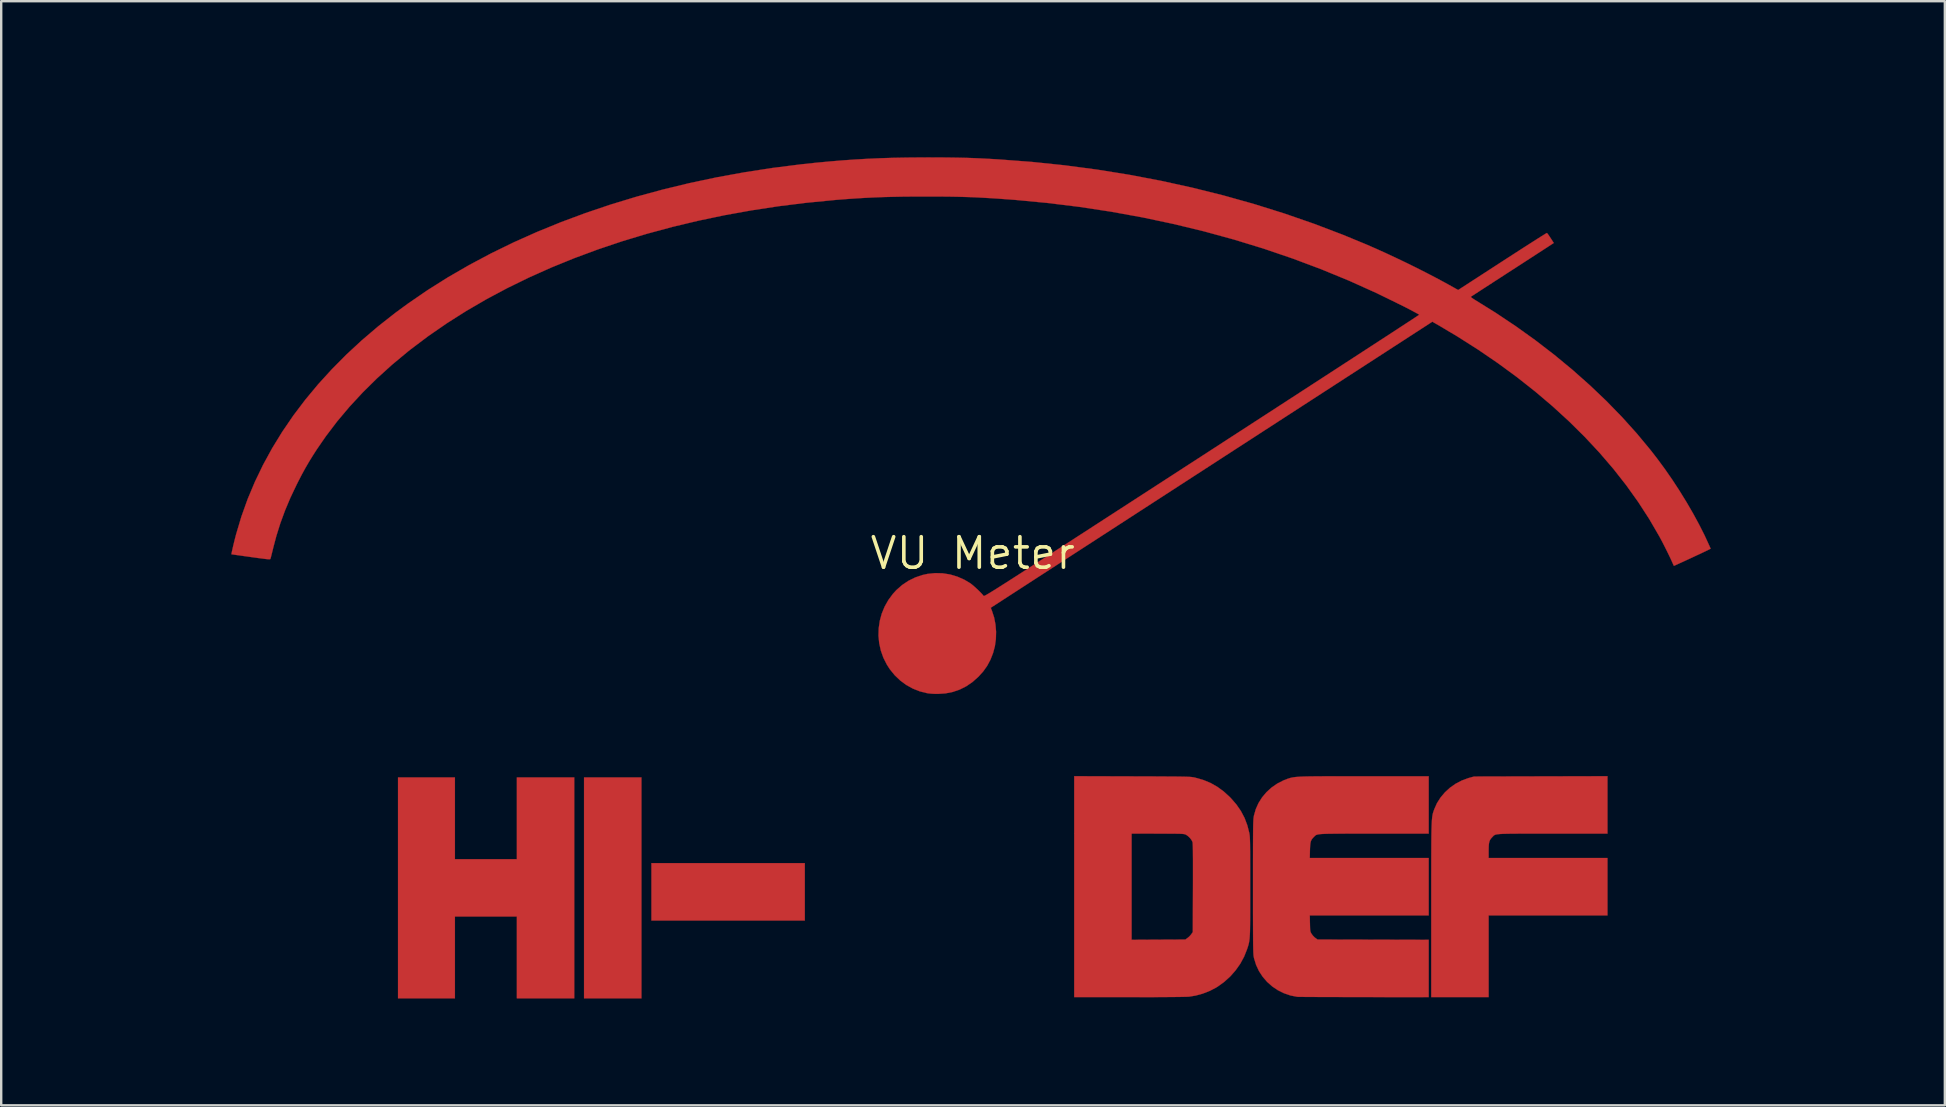
<source format=kicad_pcb>
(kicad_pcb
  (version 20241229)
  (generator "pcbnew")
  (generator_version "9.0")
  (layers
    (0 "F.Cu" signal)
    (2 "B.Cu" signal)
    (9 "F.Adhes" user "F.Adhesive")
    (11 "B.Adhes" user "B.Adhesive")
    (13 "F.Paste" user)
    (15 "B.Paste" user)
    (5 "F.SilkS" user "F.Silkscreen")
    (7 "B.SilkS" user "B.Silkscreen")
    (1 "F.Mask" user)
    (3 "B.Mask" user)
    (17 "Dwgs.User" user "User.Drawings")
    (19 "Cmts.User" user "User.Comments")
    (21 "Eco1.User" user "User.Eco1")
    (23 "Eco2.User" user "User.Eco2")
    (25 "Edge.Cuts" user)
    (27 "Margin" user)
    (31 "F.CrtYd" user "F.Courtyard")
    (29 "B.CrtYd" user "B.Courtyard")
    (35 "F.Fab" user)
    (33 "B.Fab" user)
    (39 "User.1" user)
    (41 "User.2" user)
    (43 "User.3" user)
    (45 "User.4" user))
  (footprint "VU Meter"
    (layer "F.Cu")
    (at 37.491 20.008)
    (property "Reference" "VU Meter" (at 0 0 0) (layer "F.SilkS") (effects (font (size 1.27 1.27) (thickness 0.15))))
    (attr through_hole)
    (fp_poly (pts (xy -13.808 18.549) (xy -16.2 18.549) (xy -16.2 9.342) (xy -13.808 9.342) (xy -13.808 18.549)) (stroke (width 0.01) (type solid)) (fill yes) (layer "F.Cu"))
    (fp_poly (pts (xy -7 15.306) (xy -13.392 15.306) (xy -13.392 12.914) (xy -7 12.914) (xy -7 15.306)) (stroke (width 0.01) (type solid)) (fill yes) (layer "F.Cu"))
    (fp_poly (pts (xy -21.582 12.749) (xy -19 12.749) (xy -19 9.342) (xy -16.608 9.342) (xy -16.608 18.549) (xy -19 18.549) (xy -19 15.141) (xy -21.582 15.141) (xy -21.582 18.549) (xy -23.953 18.549) (xy -23.953 9.342) (xy -21.582 9.342) (xy -21.582 12.749)) (stroke (width 0.01) (type solid)) (fill yes) (layer "F.Cu"))
    (fp_poly (pts (xy 26.453 11.684) (xy 24.165 11.684) (xy 23.798 11.684) (xy 23.471 11.684) (xy 23.181 11.684) (xy 22.926 11.684) (xy 22.704 11.685) (xy 22.512 11.686) (xy 22.348 11.688) (xy 22.21 11.691) (xy 22.094 11.694) (xy 21.999 11.699) (xy 21.922 11.705) (xy 21.861 11.712) (xy 21.813 11.721) (xy 21.776 11.731) (xy 21.747 11.744) (xy 21.725 11.758) (xy 21.705 11.774) (xy 21.688 11.792) (xy 21.669 11.813) (xy 21.653 11.829) (xy 21.598 11.889) (xy 21.558 11.949) (xy 21.531 12.016) (xy 21.513 12.099) (xy 21.504 12.206) (xy 21.501 12.345) (xy 21.5 12.388) (xy 21.5 12.7) (xy 26.453 12.7) (xy 26.453 15.092) (xy 21.5 15.092) (xy 21.5 18.5) (xy 19.108 18.5) (xy 19.108 14.875) (xy 19.108 14.401) (xy 19.108 13.968) (xy 19.108 13.573) (xy 19.109 13.214) (xy 19.109 12.89) (xy 19.11 12.598) (xy 19.111 12.337) (xy 19.112 12.105) (xy 19.114 11.899) (xy 19.116 11.718) (xy 19.119 11.559) (xy 19.123 11.421) (xy 19.127 11.302) (xy 19.132 11.2) (xy 19.137 11.113) (xy 19.144 11.038) (xy 19.151 10.975) (xy 19.159 10.92) (xy 19.169 10.872) (xy 19.179 10.83) (xy 19.191 10.79) (xy 19.204 10.752) (xy 19.218 10.712) (xy 19.233 10.67) (xy 19.235 10.665) (xy 19.348 10.412) (xy 19.498 10.177) (xy 19.68 9.961) (xy 19.891 9.769) (xy 20.126 9.604) (xy 20.383 9.47) (xy 20.655 9.37) (xy 20.688 9.361) (xy 20.897 9.304) (xy 26.453 9.291) (xy 26.453 11.684)) (stroke (width 0.01) (type solid)) (fill yes) (layer "F.Cu"))
    (fp_poly (pts (xy 6.646 9.298) (xy 7.018 9.299) (xy 7.349 9.3) (xy 7.643 9.301) (xy 7.902 9.302) (xy 8.129 9.304) (xy 8.325 9.305) (xy 8.495 9.306) (xy 8.639 9.308) (xy 8.761 9.31) (xy 8.863 9.312) (xy 8.948 9.315) (xy 9.017 9.318) (xy 9.074 9.322) (xy 9.121 9.326) (xy 9.16 9.331) (xy 9.194 9.336) (xy 9.226 9.342) (xy 9.257 9.349) (xy 9.27 9.352) (xy 9.597 9.445) (xy 9.901 9.569) (xy 10.185 9.728) (xy 10.454 9.924) (xy 10.712 10.159) (xy 10.759 10.207) (xy 10.987 10.469) (xy 11.176 10.743) (xy 11.327 11.03) (xy 11.443 11.337) (xy 11.524 11.653) (xy 11.53 11.687) (xy 11.536 11.723) (xy 11.541 11.765) (xy 11.545 11.815) (xy 11.549 11.875) (xy 11.552 11.949) (xy 11.555 12.038) (xy 11.557 12.147) (xy 11.558 12.277) (xy 11.56 12.431) (xy 11.561 12.612) (xy 11.561 12.823) (xy 11.562 13.066) (xy 11.562 13.343) (xy 11.562 13.659) (xy 11.562 13.907) (xy 11.562 14.259) (xy 11.562 14.572) (xy 11.562 14.847) (xy 11.561 15.089) (xy 11.56 15.3) (xy 11.558 15.483) (xy 11.556 15.64) (xy 11.553 15.774) (xy 11.548 15.888) (xy 11.542 15.986) (xy 11.536 16.069) (xy 11.527 16.14) (xy 11.517 16.203) (xy 11.505 16.26) (xy 11.492 16.314) (xy 11.476 16.368) (xy 11.458 16.424) (xy 11.438 16.486) (xy 11.433 16.5) (xy 11.311 16.807) (xy 11.152 17.102) (xy 10.957 17.379) (xy 10.732 17.635) (xy 10.479 17.864) (xy 10.203 18.063) (xy 10.131 18.107) (xy 9.869 18.242) (xy 9.584 18.353) (xy 9.288 18.434) (xy 9.022 18.478) (xy 8.969 18.482) (xy 8.875 18.485) (xy 8.742 18.488) (xy 8.572 18.491) (xy 8.366 18.493) (xy 8.126 18.495) (xy 7.854 18.497) (xy 7.552 18.498) (xy 7.221 18.499) (xy 6.863 18.5) (xy 6.53 18.5) (xy 4.228 18.5) (xy 4.228 16.109) (xy 6.62 16.109) (xy 7.74 16.103) (xy 8.86 16.098) (xy 8.951 16.033) (xy 9.021 15.975) (xy 9.087 15.903) (xy 9.106 15.878) (xy 9.17 15.787) (xy 9.177 13.953) (xy 9.178 13.595) (xy 9.178 13.278) (xy 9.178 13) (xy 9.178 12.761) (xy 9.176 12.558) (xy 9.175 12.39) (xy 9.172 12.257) (xy 9.169 12.155) (xy 9.165 12.085) (xy 9.161 12.044) (xy 9.159 12.037) (xy 9.121 11.957) (xy 9.057 11.871) (xy 8.977 11.793) (xy 8.895 11.734) (xy 8.874 11.724) (xy 8.853 11.715) (xy 8.827 11.708) (xy 8.794 11.702) (xy 8.75 11.697) (xy 8.69 11.693) (xy 8.612 11.69) (xy 8.511 11.688) (xy 8.384 11.687) (xy 8.227 11.686) (xy 8.037 11.685) (xy 7.81 11.685) (xy 7.705 11.685) (xy 6.62 11.684) (xy 6.62 16.109) (xy 4.228 16.109) (xy 4.228 9.291) (xy 6.646 9.298)) (stroke (width 0.01) (type solid)) (fill yes) (layer "F.Cu"))
    (fp_poly (pts (xy 19.002 11.684) (xy 16.726 11.684) (xy 16.359 11.684) (xy 16.033 11.684) (xy 15.743 11.684) (xy 15.489 11.685) (xy 15.267 11.685) (xy 15.076 11.687) (xy 14.912 11.689) (xy 14.773 11.691) (xy 14.658 11.695) (xy 14.563 11.699) (xy 14.486 11.705) (xy 14.425 11.712) (xy 14.377 11.721) (xy 14.34 11.731) (xy 14.311 11.742) (xy 14.289 11.756) (xy 14.269 11.771) (xy 14.251 11.789) (xy 14.232 11.808) (xy 14.222 11.818) (xy 14.165 11.877) (xy 14.123 11.934) (xy 14.093 11.998) (xy 14.074 12.076) (xy 14.062 12.177) (xy 14.055 12.308) (xy 14.053 12.378) (xy 14.046 12.7) (xy 19.002 12.7) (xy 19.002 15.092) (xy 14.046 15.092) (xy 14.053 15.427) (xy 14.056 15.554) (xy 14.059 15.646) (xy 14.064 15.712) (xy 14.073 15.76) (xy 14.086 15.798) (xy 14.105 15.834) (xy 14.124 15.866) (xy 14.179 15.939) (xy 14.246 16.007) (xy 14.279 16.033) (xy 14.37 16.098) (xy 16.686 16.103) (xy 19.002 16.109) (xy 19.002 18.5) (xy 16.298 18.497) (xy 15.962 18.496) (xy 15.637 18.496) (xy 15.326 18.495) (xy 15.031 18.494) (xy 14.755 18.494) (xy 14.5 18.493) (xy 14.269 18.492) (xy 14.065 18.491) (xy 13.889 18.49) (xy 13.746 18.489) (xy 13.637 18.488) (xy 13.564 18.487) (xy 13.532 18.486) (xy 13.531 18.486) (xy 13.242 18.43) (xy 12.968 18.336) (xy 12.713 18.209) (xy 12.478 18.05) (xy 12.267 17.863) (xy 12.083 17.65) (xy 11.929 17.414) (xy 11.809 17.158) (xy 11.724 16.884) (xy 11.709 16.81) (xy 11.704 16.781) (xy 11.7 16.742) (xy 11.697 16.689) (xy 11.693 16.622) (xy 11.691 16.538) (xy 11.688 16.435) (xy 11.686 16.31) (xy 11.684 16.162) (xy 11.683 15.989) (xy 11.682 15.788) (xy 11.681 15.558) (xy 11.68 15.295) (xy 11.679 14.999) (xy 11.679 14.667) (xy 11.679 14.296) (xy 11.679 13.889) (xy 11.679 13.489) (xy 11.679 13.129) (xy 11.679 12.807) (xy 11.68 12.521) (xy 11.68 12.267) (xy 11.681 12.045) (xy 11.682 11.851) (xy 11.683 11.683) (xy 11.684 11.54) (xy 11.686 11.418) (xy 11.688 11.315) (xy 11.691 11.23) (xy 11.694 11.16) (xy 11.697 11.102) (xy 11.701 11.055) (xy 11.705 11.015) (xy 11.71 10.981) (xy 11.715 10.951) (xy 11.719 10.933) (xy 11.795 10.664) (xy 11.91 10.409) (xy 12.059 10.173) (xy 12.241 9.957) (xy 12.451 9.765) (xy 12.687 9.601) (xy 12.946 9.468) (xy 13.107 9.405) (xy 13.154 9.389) (xy 13.198 9.375) (xy 13.242 9.362) (xy 13.289 9.351) (xy 13.34 9.341) (xy 13.399 9.332) (xy 13.466 9.324) (xy 13.546 9.318) (xy 13.639 9.312) (xy 13.748 9.307) (xy 13.877 9.303) (xy 14.026 9.3) (xy 14.199 9.298) (xy 14.397 9.296) (xy 14.623 9.295) (xy 14.879 9.294) (xy 15.168 9.293) (xy 15.492 9.293) (xy 15.854 9.293) (xy 16.254 9.293) (xy 16.33 9.293) (xy 19.002 9.293) (xy 19.002 11.684)) (stroke (width 0.01) (type solid)) (fill yes) (layer "F.Cu"))
    (fp_poly (pts (xy -1.482 -16.496) (xy -1.137 -16.494) (xy -0.819 -16.49) (xy -0.52 -16.485) (xy -0.234 -16.478) (xy 0.047 -16.468) (xy 0.331 -16.456) (xy 0.624 -16.441) (xy 0.936 -16.423) (xy 1.101 -16.413) (xy 2.466 -16.31) (xy 3.824 -16.169) (xy 5.173 -15.991) (xy 6.512 -15.776) (xy 7.838 -15.524) (xy 9.15 -15.236) (xy 10.447 -14.913) (xy 11.726 -14.554) (xy 12.985 -14.16) (xy 14.224 -13.731) (xy 15.439 -13.268) (xy 16.403 -12.87) (xy 16.792 -12.7) (xy 17.202 -12.515) (xy 17.624 -12.318) (xy 18.051 -12.114) (xy 18.474 -11.906) (xy 18.885 -11.698) (xy 19.276 -11.495) (xy 19.64 -11.3) (xy 19.815 -11.204) (xy 20.23 -10.972) (xy 22.069 -12.164) (xy 22.322 -12.328) (xy 22.564 -12.484) (xy 22.795 -12.633) (xy 23.011 -12.772) (xy 23.21 -12.899) (xy 23.39 -13.014) (xy 23.547 -13.114) (xy 23.681 -13.199) (xy 23.789 -13.266) (xy 23.867 -13.314) (xy 23.915 -13.342) (xy 23.928 -13.349) (xy 23.948 -13.33) (xy 23.984 -13.282) (xy 24.032 -13.213) (xy 24.082 -13.137) (xy 24.215 -12.932) (xy 23.913 -12.735) (xy 23.847 -12.692) (xy 23.748 -12.628) (xy 23.621 -12.546) (xy 23.469 -12.447) (xy 23.295 -12.334) (xy 23.103 -12.21) (xy 22.897 -12.076) (xy 22.679 -11.935) (xy 22.453 -11.789) (xy 22.223 -11.641) (xy 22.193 -11.621) (xy 21.972 -11.478) (xy 21.76 -11.341) (xy 21.562 -11.212) (xy 21.379 -11.094) (xy 21.214 -10.987) (xy 21.071 -10.894) (xy 20.951 -10.816) (xy 20.857 -10.755) (xy 20.793 -10.713) (xy 20.761 -10.691) (xy 20.757 -10.689) (xy 20.767 -10.672) (xy 20.806 -10.64) (xy 20.869 -10.597) (xy 20.927 -10.561) (xy 21.794 -10.022) (xy 22.636 -9.459) (xy 23.451 -8.875) (xy 24.237 -8.27) (xy 24.992 -7.646) (xy 25.715 -7.005) (xy 26.405 -6.348) (xy 27.059 -5.676) (xy 27.675 -4.992) (xy 28.253 -4.295) (xy 28.515 -3.958) (xy 28.835 -3.524) (xy 29.15 -3.071) (xy 29.455 -2.604) (xy 29.747 -2.131) (xy 30.021 -1.659) (xy 30.274 -1.193) (xy 30.502 -0.741) (xy 30.685 -0.344) (xy 30.753 -0.19) (xy 30.668 -0.147) (xy 30.617 -0.122) (xy 30.538 -0.084) (xy 30.435 -0.035) (xy 30.315 0.022) (xy 30.181 0.084) (xy 30.039 0.15) (xy 29.894 0.218) (xy 29.75 0.284) (xy 29.615 0.347) (xy 29.491 0.403) (xy 29.385 0.452) (xy 29.301 0.49) (xy 29.245 0.515) (xy 29.221 0.524) (xy 29.22 0.524) (xy 29.21 0.504) (xy 29.187 0.453) (xy 29.155 0.382) (xy 29.136 0.339) (xy 29.077 0.21) (xy 29.002 0.054) (xy 28.918 -0.117) (xy 28.829 -0.294) (xy 28.741 -0.466) (xy 28.658 -0.622) (xy 28.611 -0.709) (xy 28.192 -1.429) (xy 27.733 -2.138) (xy 27.234 -2.836) (xy 26.696 -3.521) (xy 26.119 -4.193) (xy 25.504 -4.852) (xy 24.852 -5.497) (xy 24.164 -6.127) (xy 23.439 -6.742) (xy 22.68 -7.341) (xy 21.885 -7.924) (xy 21.057 -8.489) (xy 20.195 -9.037) (xy 19.478 -9.464) (xy 19.154 -9.651) (xy 9.952 -3.69) (xy 0.749 2.272) (xy 0.8 2.398) (xy 0.89 2.674) (xy 0.947 2.968) (xy 0.972 3.272) (xy 0.964 3.578) (xy 0.922 3.876) (xy 0.847 4.157) (xy 0.737 4.437) (xy 0.603 4.688) (xy 0.44 4.919) (xy 0.242 5.14) (xy 0.235 5.146) (xy -0.009 5.364) (xy -0.269 5.542) (xy -0.544 5.681) (xy -0.834 5.78) (xy -1.14 5.84) (xy -1.463 5.861) (xy -1.5 5.861) (xy -1.618 5.858) (xy -1.739 5.85) (xy -1.846 5.839) (xy -1.901 5.831) (xy -2.207 5.755) (xy -2.498 5.64) (xy -2.771 5.488) (xy -3.024 5.302) (xy -3.252 5.084) (xy -3.454 4.836) (xy -3.579 4.643) (xy -3.725 4.354) (xy -3.831 4.055) (xy -3.899 3.747) (xy -3.929 3.436) (xy -3.92 3.125) (xy -3.875 2.817) (xy -3.793 2.516) (xy -3.674 2.226) (xy -3.519 1.951) (xy -3.329 1.694) (xy -3.182 1.533) (xy -2.943 1.323) (xy -2.68 1.147) (xy -2.398 1.008) (xy -2.1 0.907) (xy -1.885 0.86) (xy -1.569 0.827) (xy -1.255 0.835) (xy -0.945 0.884) (xy -0.642 0.974) (xy -0.351 1.102) (xy -0.104 1.249) (xy -0.039 1.299) (xy 0.044 1.368) (xy 0.135 1.45) (xy 0.229 1.538) (xy 0.316 1.623) (xy 0.388 1.699) (xy 0.438 1.758) (xy 0.449 1.773) (xy 0.452 1.777) (xy 0.455 1.779) (xy 0.461 1.78) (xy 0.469 1.779) (xy 0.481 1.776) (xy 0.497 1.769) (xy 0.519 1.759) (xy 0.547 1.744) (xy 0.583 1.724) (xy 0.627 1.698) (xy 0.68 1.667) (xy 0.743 1.629) (xy 0.817 1.583) (xy 0.903 1.53) (xy 1.002 1.468) (xy 1.114 1.397) (xy 1.241 1.316) (xy 1.384 1.226) (xy 1.543 1.124) (xy 1.719 1.011) (xy 1.914 0.886) (xy 2.128 0.749) (xy 2.362 0.598) (xy 2.616 0.434) (xy 2.893 0.255) (xy 3.193 0.062) (xy 3.516 -0.147) (xy 3.864 -0.372) (xy 4.237 -0.613) (xy 4.637 -0.872) (xy 5.065 -1.149) (xy 5.52 -1.444) (xy 6.005 -1.758) (xy 6.52 -2.091) (xy 7.066 -2.445) (xy 7.644 -2.819) (xy 8.254 -3.214) (xy 8.899 -3.632) (xy 9.545 -4.05) (xy 10.111 -4.417) (xy 10.667 -4.778) (xy 11.214 -5.132) (xy 11.75 -5.48) (xy 12.274 -5.819) (xy 12.784 -6.15) (xy 13.28 -6.472) (xy 13.761 -6.784) (xy 14.226 -7.086) (xy 14.673 -7.376) (xy 15.102 -7.655) (xy 15.511 -7.92) (xy 15.9 -8.173) (xy 16.267 -8.412) (xy 16.612 -8.636) (xy 16.933 -8.845) (xy 17.229 -9.037) (xy 17.499 -9.213) (xy 17.743 -9.372) (xy 17.958 -9.513) (xy 18.145 -9.635) (xy 18.302 -9.737) (xy 18.427 -9.82) (xy 18.52 -9.881) (xy 18.581 -9.922) (xy 18.607 -9.94) (xy 18.608 -9.941) (xy 18.589 -9.954) (xy 18.537 -9.985) (xy 18.456 -10.029) (xy 18.35 -10.086) (xy 18.224 -10.153) (xy 18.081 -10.227) (xy 17.955 -10.292) (xy 16.837 -10.84) (xy 15.694 -11.355) (xy 14.526 -11.836) (xy 13.335 -12.283) (xy 12.123 -12.696) (xy 10.889 -13.074) (xy 9.636 -13.417) (xy 8.364 -13.725) (xy 7.075 -13.998) (xy 5.769 -14.235) (xy 4.447 -14.436) (xy 3.111 -14.6) (xy 1.763 -14.728) (xy 0.995 -14.784) (xy 0.697 -14.802) (xy 0.418 -14.818) (xy 0.15 -14.832) (xy -0.113 -14.843) (xy -0.377 -14.851) (xy -0.651 -14.858) (xy -0.939 -14.863) (xy -1.249 -14.866) (xy -1.587 -14.868) (xy -1.961 -14.868) (xy -1.99 -14.868) (xy -2.468 -14.867) (xy -2.912 -14.863) (xy -3.329 -14.855) (xy -3.725 -14.845) (xy -4.109 -14.83) (xy -4.488 -14.812) (xy -4.869 -14.789) (xy -5.26 -14.762) (xy -5.669 -14.73) (xy -5.779 -14.72) (xy -6.945 -14.606) (xy -8.095 -14.463) (xy -9.229 -14.29) (xy -10.346 -14.089) (xy -11.443 -13.859) (xy -12.521 -13.601) (xy -13.577 -13.316) (xy -14.61 -13.004) (xy -15.619 -12.665) (xy -16.604 -12.3) (xy -17.562 -11.91) (xy -18.493 -11.494) (xy -19.396 -11.053) (xy -20.268 -10.588) (xy -21.11 -10.098) (xy -21.919 -9.585) (xy -22.695 -9.049) (xy -23.436 -8.491) (xy -23.548 -8.402) (xy -24.211 -7.85) (xy -24.838 -7.282) (xy -25.427 -6.7) (xy -25.978 -6.104) (xy -26.491 -5.495) (xy -26.963 -4.873) (xy -27.338 -4.329) (xy -27.511 -4.059) (xy -27.668 -3.804) (xy -27.815 -3.551) (xy -27.959 -3.288) (xy -28.107 -3.003) (xy -28.18 -2.857) (xy -28.439 -2.313) (xy -28.663 -1.78) (xy -28.857 -1.252) (xy -29.024 -0.719) (xy -29.147 -0.254) (xy -29.18 -0.12) (xy -29.21 0.002) (xy -29.236 0.105) (xy -29.256 0.182) (xy -29.268 0.227) (xy -29.271 0.235) (xy -29.278 0.243) (xy -29.294 0.248) (xy -29.323 0.25) (xy -29.369 0.248) (xy -29.436 0.242) (xy -29.528 0.231) (xy -29.648 0.216) (xy -29.8 0.196) (xy -29.989 0.17) (xy -30.088 0.156) (xy -30.268 0.131) (xy -30.433 0.108) (xy -30.58 0.087) (xy -30.704 0.07) (xy -30.801 0.056) (xy -30.866 0.047) (xy -30.895 0.043) (xy -30.896 0.043) (xy -30.894 0.023) (xy -30.884 -0.032) (xy -30.866 -0.114) (xy -30.843 -0.217) (xy -30.816 -0.334) (xy -30.786 -0.458) (xy -30.755 -0.584) (xy -30.724 -0.703) (xy -30.703 -0.785) (xy -30.482 -1.526) (xy -30.22 -2.258) (xy -29.918 -2.978) (xy -29.576 -3.687) (xy -29.195 -4.384) (xy -28.774 -5.069) (xy -28.315 -5.741) (xy -27.817 -6.399) (xy -27.282 -7.042) (xy -26.709 -7.671) (xy -26.1 -8.285) (xy -25.454 -8.883) (xy -24.772 -9.464) (xy -24.054 -10.028) (xy -23.537 -10.407) (xy -22.721 -10.966) (xy -21.872 -11.501) (xy -20.989 -12.011) (xy -20.076 -12.497) (xy -19.133 -12.957) (xy -18.161 -13.391) (xy -17.162 -13.799) (xy -16.137 -14.18) (xy -15.088 -14.534) (xy -14.015 -14.86) (xy -12.921 -15.157) (xy -11.806 -15.427) (xy -10.672 -15.667) (xy -9.52 -15.877) (xy -8.351 -16.058) (xy -7.168 -16.208) (xy -6.53 -16.276) (xy -5.964 -16.329) (xy -5.421 -16.374) (xy -4.891 -16.411) (xy -4.367 -16.441) (xy -3.838 -16.464) (xy -3.298 -16.481) (xy -2.737 -16.491) (xy -2.146 -16.496) (xy -1.863 -16.497) (xy -1.482 -16.496)) (stroke (width 0.01) (type solid)) (fill yes) (layer "F.Cu"))
    (fp_poly (pts (xy 37.507 -12.314) (xy 37.507 -4.625) (xy 27.771 5.112) (xy 27.771 20.003) (xy -27.75 20.003) (xy -27.75 5.112) (xy -37.486 -4.625) (xy -37.486 -20.003) (xy 37.507 -20.003) (xy 37.507 -12.314)) (stroke (width 0.01) (type solid)) (fill yes) (layer "F.Mask")))
  (gr_rect
    (start -3 -3)
    (end 78.004 43.015)
    (stroke (width 0.1) (type default))
    (fill no)
    (layer "Edge.Cuts")))
</source>
